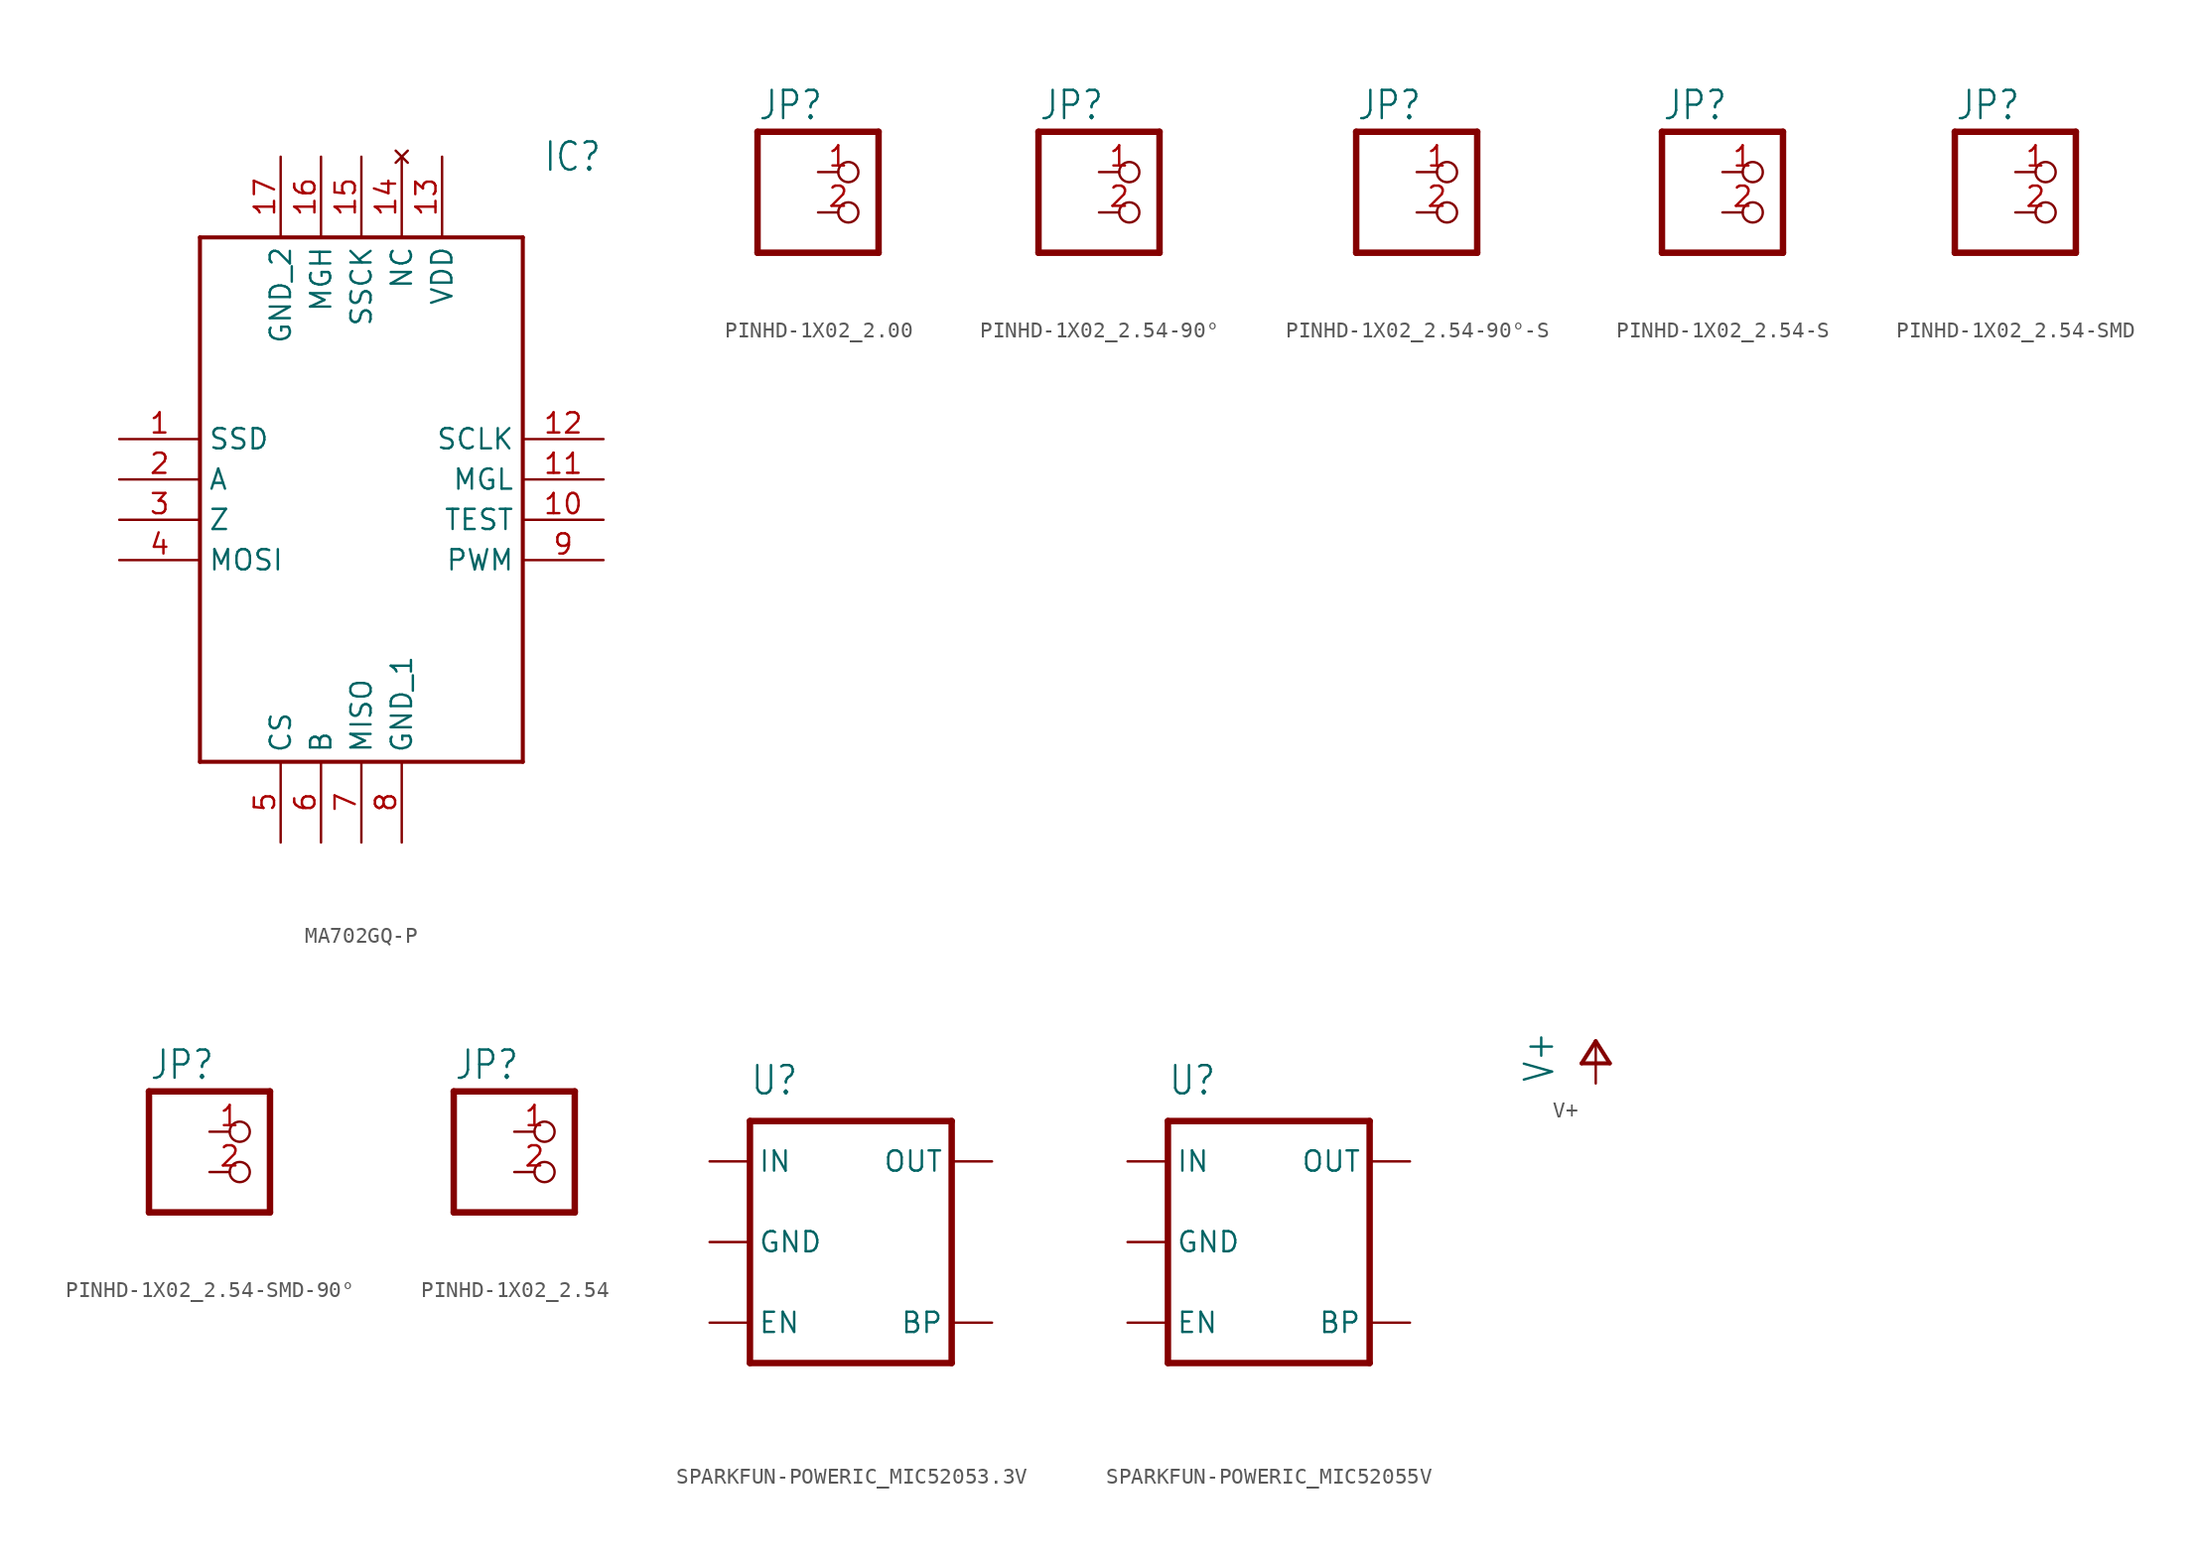
<source format=kicad_sym>
(kicad_symbol_lib
  (version 20220914)
  (generator kicad_symbol_editor)
  (symbol "MA702GQ-P"
    (property "Reference" "IC"
      (at 26.67 17.78 0)
      (effects (font (size 1.778 1.511)) (justify left)))
    (property "Value" ""
      (at 26.67 15.24 0)
      (effects (font (size 1.778 1.511)) (justify left)))
    (property "ki_locked" ""
      (at 0 0 0)
      (effects (font (size 1.27 1.27))))
    (symbol "MA702GQ-P_1_0"
      (polyline (pts (xy 5.08 12.7) (xy 5.08 -20.32)) (stroke (width 0.254) (type solid)) (fill (type none)))
      (polyline (pts (xy 5.08 12.7) (xy 25.4 12.7)) (stroke (width 0.254) (type solid)) (fill (type none)))
      (polyline (pts (xy 25.4 -20.32) (xy 5.08 -20.32)) (stroke (width 0.254) (type solid)) (fill (type none)))
      (polyline (pts (xy 25.4 -20.32) (xy 25.4 12.7)) (stroke (width 0.254) (type solid)) (fill (type none)))
      (pin bidirectional line (at 0 0 0) (length 5.08) (name "SSD" (effects (font (size 1.27 1.27)))) (number "1" (effects (font (size 1.27 1.27)))))
      (pin bidirectional line (at 30.48 -5.08 180) (length 5.08) (name "TEST" (effects (font (size 1.27 1.27)))) (number "10" (effects (font (size 1.27 1.27)))))
      (pin bidirectional line (at 30.48 -2.54 180) (length 5.08) (name "MGL" (effects (font (size 1.27 1.27)))) (number "11" (effects (font (size 1.27 1.27)))))
      (pin bidirectional line (at 30.48 0 180) (length 5.08) (name "SCLK" (effects (font (size 1.27 1.27)))) (number "12" (effects (font (size 1.27 1.27)))))
      (pin bidirectional line (at 20.32 17.78 270) (length 5.08) (name "VDD" (effects (font (size 1.27 1.27)))) (number "13" (effects (font (size 1.27 1.27)))))
      (pin no_connect line (at 17.78 17.78 270) (length 5.08) (name "NC" (effects (font (size 1.27 1.27)))) (number "14" (effects (font (size 1.27 1.27)))))
      (pin bidirectional line (at 15.24 17.78 270) (length 5.08) (name "SSCK" (effects (font (size 1.27 1.27)))) (number "15" (effects (font (size 1.27 1.27)))))
      (pin bidirectional line (at 12.7 17.78 270) (length 5.08) (name "MGH" (effects (font (size 1.27 1.27)))) (number "16" (effects (font (size 1.27 1.27)))))
      (pin bidirectional line (at 10.16 17.78 270) (length 5.08) (name "GND_2" (effects (font (size 1.27 1.27)))) (number "17" (effects (font (size 1.27 1.27)))))
      (pin bidirectional line (at 0 -2.54 0) (length 5.08) (name "A" (effects (font (size 1.27 1.27)))) (number "2" (effects (font (size 1.27 1.27)))))
      (pin bidirectional line (at 0 -5.08 0) (length 5.08) (name "Z" (effects (font (size 1.27 1.27)))) (number "3" (effects (font (size 1.27 1.27)))))
      (pin bidirectional line (at 0 -7.62 0) (length 5.08) (name "MOSI" (effects (font (size 1.27 1.27)))) (number "4" (effects (font (size 1.27 1.27)))))
      (pin bidirectional line (at 10.16 -25.4 90) (length 5.08) (name "CS" (effects (font (size 1.27 1.27)))) (number "5" (effects (font (size 1.27 1.27)))))
      (pin bidirectional line (at 12.7 -25.4 90) (length 5.08) (name "B" (effects (font (size 1.27 1.27)))) (number "6" (effects (font (size 1.27 1.27)))))
      (pin bidirectional line (at 15.24 -25.4 90) (length 5.08) (name "MISO" (effects (font (size 1.27 1.27)))) (number "7" (effects (font (size 1.27 1.27)))))
      (pin bidirectional line (at 17.78 -25.4 90) (length 5.08) (name "GND_1" (effects (font (size 1.27 1.27)))) (number "8" (effects (font (size 1.27 1.27)))))
      (pin bidirectional line (at 30.48 -7.62 180) (length 5.08) (name "PWM" (effects (font (size 1.27 1.27)))) (number "9" (effects (font (size 1.27 1.27)))))))
  (symbol "PINHD-1X02_2.00"
    (property "Reference" "JP"
      (at -6.35 5.715 0)
      (effects (font (size 1.778 1.511)) (justify left bottom)))
    (property "Value" ""
      (at -6.35 -5.08 0)
      (effects (font (size 1.778 1.511)) (justify left bottom)))
    (property "ki_locked" ""
      (at 0 0 0)
      (effects (font (size 1.27 1.27))))
    (symbol "PINHD-1X02_2.00_1_0"
      (polyline (pts (xy -6.35 -2.54) (xy 1.27 -2.54)) (stroke (width 0.406) (type solid)) (fill (type none)))
      (polyline (pts (xy -6.35 5.08) (xy -6.35 -2.54)) (stroke (width 0.406) (type solid)) (fill (type none)))
      (polyline (pts (xy 1.27 -2.54) (xy 1.27 5.08)) (stroke (width 0.406) (type solid)) (fill (type none)))
      (polyline (pts (xy 1.27 5.08) (xy -6.35 5.08)) (stroke (width 0.406) (type solid)) (fill (type none)))
      (pin passive inverted (at -2.54 2.54 0) (length 2.54) (name "1" (effects (font (size 0 0)))) (number "1" (effects (font (size 1.27 1.27)))))
      (pin passive inverted (at -2.54 0 0) (length 2.54) (name "2" (effects (font (size 0 0)))) (number "2" (effects (font (size 1.27 1.27)))))))
  (symbol "PINHD-1X02_2.54-90°"
    (property "Reference" "JP"
      (at -6.35 5.715 0)
      (effects (font (size 1.778 1.511)) (justify left bottom)))
    (property "Value" ""
      (at -6.35 -5.08 0)
      (effects (font (size 1.778 1.511)) (justify left bottom)))
    (property "ki_locked" ""
      (at 0 0 0)
      (effects (font (size 1.27 1.27))))
    (symbol "PINHD-1X02_2.54-90°_1_0"
      (polyline (pts (xy -6.35 -2.54) (xy 1.27 -2.54)) (stroke (width 0.406) (type solid)) (fill (type none)))
      (polyline (pts (xy -6.35 5.08) (xy -6.35 -2.54)) (stroke (width 0.406) (type solid)) (fill (type none)))
      (polyline (pts (xy 1.27 -2.54) (xy 1.27 5.08)) (stroke (width 0.406) (type solid)) (fill (type none)))
      (polyline (pts (xy 1.27 5.08) (xy -6.35 5.08)) (stroke (width 0.406) (type solid)) (fill (type none)))
      (pin passive inverted (at -2.54 2.54 0) (length 2.54) (name "1" (effects (font (size 0 0)))) (number "1" (effects (font (size 1.27 1.27)))))
      (pin passive inverted (at -2.54 0 0) (length 2.54) (name "2" (effects (font (size 0 0)))) (number "2" (effects (font (size 1.27 1.27)))))))
  (symbol "PINHD-1X02_2.54-90°-S"
    (property "Reference" "JP"
      (at -6.35 5.715 0)
      (effects (font (size 1.778 1.511)) (justify left bottom)))
    (property "Value" ""
      (at -6.35 -5.08 0)
      (effects (font (size 1.778 1.511)) (justify left bottom)))
    (property "ki_locked" ""
      (at 0 0 0)
      (effects (font (size 1.27 1.27))))
    (symbol "PINHD-1X02_2.54-90°-S_1_0"
      (polyline (pts (xy -6.35 -2.54) (xy 1.27 -2.54)) (stroke (width 0.406) (type solid)) (fill (type none)))
      (polyline (pts (xy -6.35 5.08) (xy -6.35 -2.54)) (stroke (width 0.406) (type solid)) (fill (type none)))
      (polyline (pts (xy 1.27 -2.54) (xy 1.27 5.08)) (stroke (width 0.406) (type solid)) (fill (type none)))
      (polyline (pts (xy 1.27 5.08) (xy -6.35 5.08)) (stroke (width 0.406) (type solid)) (fill (type none)))
      (pin passive inverted (at -2.54 2.54 0) (length 2.54) (name "1" (effects (font (size 0 0)))) (number "1" (effects (font (size 1.27 1.27)))))
      (pin passive inverted (at -2.54 0 0) (length 2.54) (name "2" (effects (font (size 0 0)))) (number "2" (effects (font (size 1.27 1.27)))))))
  (symbol "PINHD-1X02_2.54-S"
    (property "Reference" "JP"
      (at -6.35 5.715 0)
      (effects (font (size 1.778 1.511)) (justify left bottom)))
    (property "Value" ""
      (at -6.35 -5.08 0)
      (effects (font (size 1.778 1.511)) (justify left bottom)))
    (property "ki_locked" ""
      (at 0 0 0)
      (effects (font (size 1.27 1.27))))
    (symbol "PINHD-1X02_2.54-S_1_0"
      (polyline (pts (xy -6.35 -2.54) (xy 1.27 -2.54)) (stroke (width 0.406) (type solid)) (fill (type none)))
      (polyline (pts (xy -6.35 5.08) (xy -6.35 -2.54)) (stroke (width 0.406) (type solid)) (fill (type none)))
      (polyline (pts (xy 1.27 -2.54) (xy 1.27 5.08)) (stroke (width 0.406) (type solid)) (fill (type none)))
      (polyline (pts (xy 1.27 5.08) (xy -6.35 5.08)) (stroke (width 0.406) (type solid)) (fill (type none)))
      (pin passive inverted (at -2.54 2.54 0) (length 2.54) (name "1" (effects (font (size 0 0)))) (number "1" (effects (font (size 1.27 1.27)))))
      (pin passive inverted (at -2.54 0 0) (length 2.54) (name "2" (effects (font (size 0 0)))) (number "2" (effects (font (size 1.27 1.27)))))))
  (symbol "PINHD-1X02_2.54-SMD"
    (property "Reference" "JP"
      (at -6.35 5.715 0)
      (effects (font (size 1.778 1.511)) (justify left bottom)))
    (property "Value" ""
      (at -6.35 -5.08 0)
      (effects (font (size 1.778 1.511)) (justify left bottom)))
    (property "ki_locked" ""
      (at 0 0 0)
      (effects (font (size 1.27 1.27))))
    (symbol "PINHD-1X02_2.54-SMD_1_0"
      (polyline (pts (xy -6.35 -2.54) (xy 1.27 -2.54)) (stroke (width 0.406) (type solid)) (fill (type none)))
      (polyline (pts (xy -6.35 5.08) (xy -6.35 -2.54)) (stroke (width 0.406) (type solid)) (fill (type none)))
      (polyline (pts (xy 1.27 -2.54) (xy 1.27 5.08)) (stroke (width 0.406) (type solid)) (fill (type none)))
      (polyline (pts (xy 1.27 5.08) (xy -6.35 5.08)) (stroke (width 0.406) (type solid)) (fill (type none)))
      (pin passive inverted (at -2.54 2.54 0) (length 2.54) (name "1" (effects (font (size 0 0)))) (number "1" (effects (font (size 1.27 1.27)))))
      (pin passive inverted (at -2.54 0 0) (length 2.54) (name "2" (effects (font (size 0 0)))) (number "2" (effects (font (size 1.27 1.27)))))))
  (symbol "PINHD-1X02_2.54-SMD-90°"
    (property "Reference" "JP"
      (at -6.35 5.715 0)
      (effects (font (size 1.778 1.511)) (justify left bottom)))
    (property "Value" ""
      (at -6.35 -5.08 0)
      (effects (font (size 1.778 1.511)) (justify left bottom)))
    (property "ki_locked" ""
      (at 0 0 0)
      (effects (font (size 1.27 1.27))))
    (symbol "PINHD-1X02_2.54-SMD-90°_1_0"
      (polyline (pts (xy -6.35 -2.54) (xy 1.27 -2.54)) (stroke (width 0.406) (type solid)) (fill (type none)))
      (polyline (pts (xy -6.35 5.08) (xy -6.35 -2.54)) (stroke (width 0.406) (type solid)) (fill (type none)))
      (polyline (pts (xy 1.27 -2.54) (xy 1.27 5.08)) (stroke (width 0.406) (type solid)) (fill (type none)))
      (polyline (pts (xy 1.27 5.08) (xy -6.35 5.08)) (stroke (width 0.406) (type solid)) (fill (type none)))
      (pin passive inverted (at -2.54 2.54 0) (length 2.54) (name "1" (effects (font (size 0 0)))) (number "1" (effects (font (size 1.27 1.27)))))
      (pin passive inverted (at -2.54 0 0) (length 2.54) (name "2" (effects (font (size 0 0)))) (number "2" (effects (font (size 1.27 1.27)))))))
  (symbol "PINHD-1X02_2.54"
    (property "Reference" "JP"
      (at -6.35 5.715 0)
      (effects (font (size 1.778 1.511)) (justify left bottom)))
    (property "Value" ""
      (at -6.35 -5.08 0)
      (effects (font (size 1.778 1.511)) (justify left bottom)))
    (property "ki_locked" ""
      (at 0 0 0)
      (effects (font (size 1.27 1.27))))
    (symbol "PINHD-1X02_2.54_1_0"
      (polyline (pts (xy -6.35 -2.54) (xy 1.27 -2.54)) (stroke (width 0.406) (type solid)) (fill (type none)))
      (polyline (pts (xy -6.35 5.08) (xy -6.35 -2.54)) (stroke (width 0.406) (type solid)) (fill (type none)))
      (polyline (pts (xy 1.27 -2.54) (xy 1.27 5.08)) (stroke (width 0.406) (type solid)) (fill (type none)))
      (polyline (pts (xy 1.27 5.08) (xy -6.35 5.08)) (stroke (width 0.406) (type solid)) (fill (type none)))
      (pin passive inverted (at -2.54 2.54 0) (length 2.54) (name "1" (effects (font (size 0 0)))) (number "1" (effects (font (size 1.27 1.27)))))
      (pin passive inverted (at -2.54 0 0) (length 2.54) (name "2" (effects (font (size 0 0)))) (number "2" (effects (font (size 1.27 1.27)))))))
  (symbol "SPARKFUN-POWERIC_MIC52053.3V"
    (property "Reference" "U"
      (at -7.62 9.144 0)
      (effects (font (size 1.778 1.511)) (justify left bottom)))
    (property "Value" ""
      (at -7.62 -11.43 0)
      (effects (font (size 1.778 1.511)) (justify left bottom)))
    (property "ki_locked" ""
      (at 0 0 0)
      (effects (font (size 1.27 1.27))))
    (symbol "SPARKFUN-POWERIC_MIC52053.3V_1_0"
      (polyline (pts (xy -7.62 -7.62) (xy 5.08 -7.62)) (stroke (width 0.406) (type solid)) (fill (type none)))
      (polyline (pts (xy -7.62 7.62) (xy -7.62 -7.62)) (stroke (width 0.406) (type solid)) (fill (type none)))
      (polyline (pts (xy 5.08 -7.62) (xy 5.08 7.62)) (stroke (width 0.406) (type solid)) (fill (type none)))
      (polyline (pts (xy 5.08 7.62) (xy -7.62 7.62)) (stroke (width 0.406) (type solid)) (fill (type none)))
      (pin input line (at -10.16 5.08 0) (length 2.54) (name "IN" (effects (font (size 1.27 1.27)))) (number "1" (effects (font (size 0 0)))))
      (pin input line (at -10.16 0 0) (length 2.54) (name "GND" (effects (font (size 1.27 1.27)))) (number "2" (effects (font (size 0 0)))))
      (pin input line (at -10.16 -5.08 0) (length 2.54) (name "EN" (effects (font (size 1.27 1.27)))) (number "3" (effects (font (size 0 0)))))
      (pin input line (at 7.62 -5.08 180) (length 2.54) (name "BP" (effects (font (size 1.27 1.27)))) (number "4" (effects (font (size 0 0)))))
      (pin passive line (at 7.62 5.08 180) (length 2.54) (name "OUT" (effects (font (size 1.27 1.27)))) (number "5" (effects (font (size 0 0)))))))
  (symbol "SPARKFUN-POWERIC_MIC52055V"
    (property "Reference" "U"
      (at -7.62 9.144 0)
      (effects (font (size 1.778 1.511)) (justify left bottom)))
    (property "Value" ""
      (at -7.62 -11.43 0)
      (effects (font (size 1.778 1.511)) (justify left bottom)))
    (property "ki_locked" ""
      (at 0 0 0)
      (effects (font (size 1.27 1.27))))
    (symbol "SPARKFUN-POWERIC_MIC52055V_1_0"
      (polyline (pts (xy -7.62 -7.62) (xy 5.08 -7.62)) (stroke (width 0.406) (type solid)) (fill (type none)))
      (polyline (pts (xy -7.62 7.62) (xy -7.62 -7.62)) (stroke (width 0.406) (type solid)) (fill (type none)))
      (polyline (pts (xy 5.08 -7.62) (xy 5.08 7.62)) (stroke (width 0.406) (type solid)) (fill (type none)))
      (polyline (pts (xy 5.08 7.62) (xy -7.62 7.62)) (stroke (width 0.406) (type solid)) (fill (type none)))
      (pin input line (at -10.16 5.08 0) (length 2.54) (name "IN" (effects (font (size 1.27 1.27)))) (number "1" (effects (font (size 0 0)))))
      (pin input line (at -10.16 0 0) (length 2.54) (name "GND" (effects (font (size 1.27 1.27)))) (number "2" (effects (font (size 0 0)))))
      (pin input line (at -10.16 -5.08 0) (length 2.54) (name "EN" (effects (font (size 1.27 1.27)))) (number "3" (effects (font (size 0 0)))))
      (pin input line (at 7.62 -5.08 180) (length 2.54) (name "BP" (effects (font (size 1.27 1.27)))) (number "4" (effects (font (size 0 0)))))
      (pin passive line (at 7.62 5.08 180) (length 2.54) (name "OUT" (effects (font (size 1.27 1.27)))) (number "5" (effects (font (size 0 0)))))))
  (symbol "V+"
    (power)
    (property "Reference" "#P+"
      (at 0 0 0)
      (effects (font (size 1.27 1.27)) hide))
    (property "Value" "V+"
      (at -2.54 -2.54 90)
      (effects (font (size 1.778 1.511)) (justify left bottom)))
    (property "ki_locked" ""
      (at 0 0 0)
      (effects (font (size 1.27 1.27))))
    (symbol "V+_1_0"
      (polyline (pts (xy -0.889 -1.27) (xy 0.889 -1.27)) (stroke (width 0.254) (type solid)) (fill (type none)))
      (polyline (pts (xy 0 0.127) (xy -0.889 -1.27)) (stroke (width 0.254) (type solid)) (fill (type none)))
      (polyline (pts (xy 0.889 -1.27) (xy 0 0.127)) (stroke (width 0.254) (type solid)) (fill (type none)))
      (pin power_in line (at 0 -2.54 90) (length 2.54) (name "V+" (effects (font (size 0 0)))) (number "1" (effects (font (size 0 0))))))))
</source>
